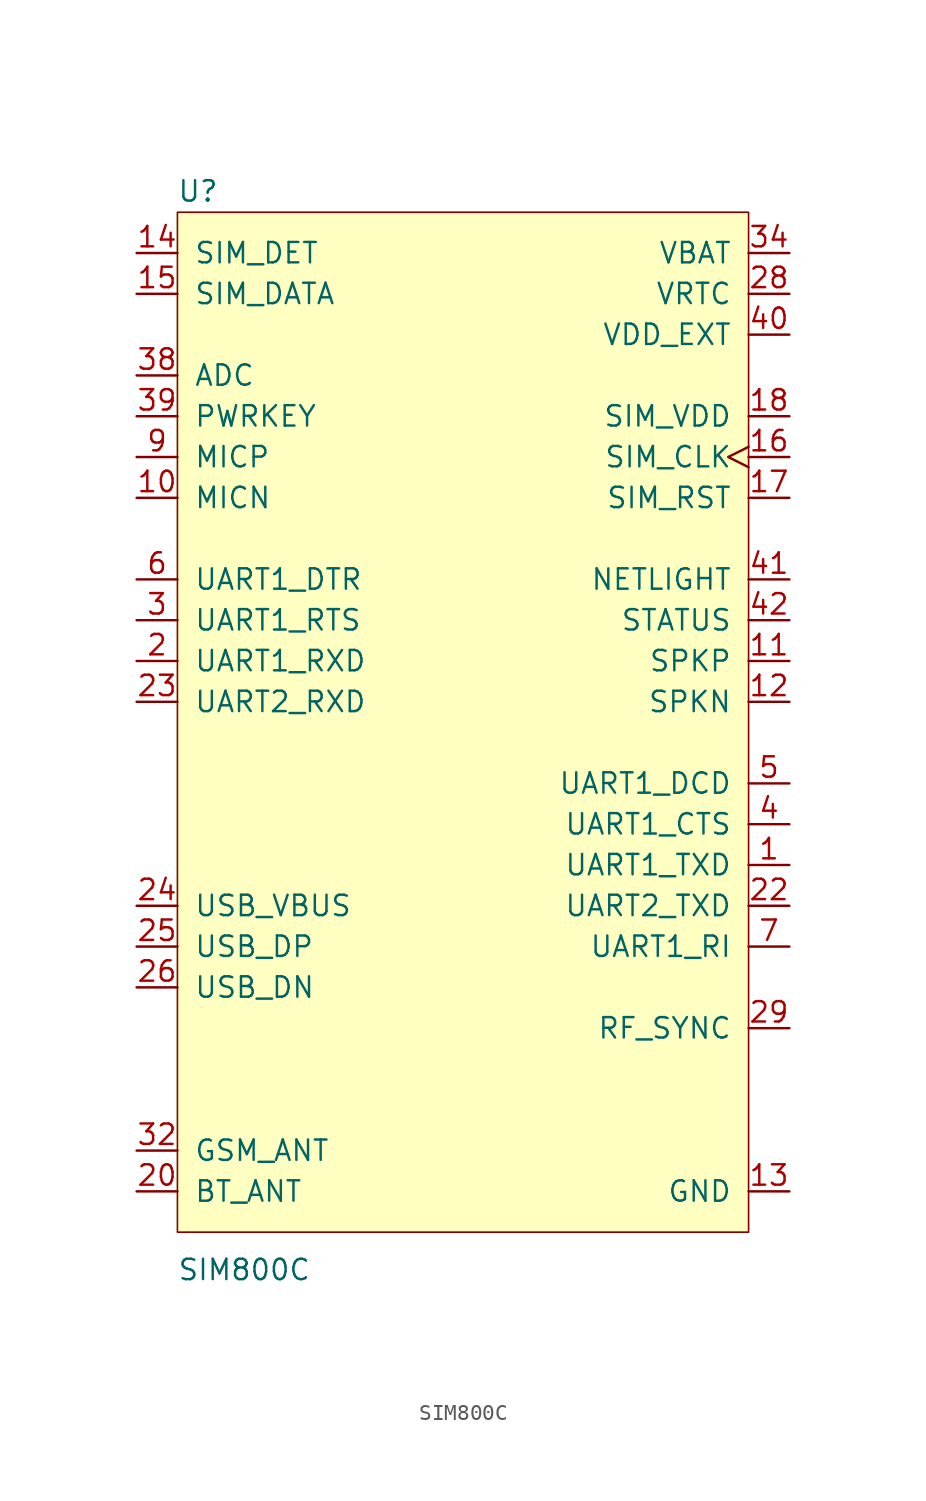
<source format=kicad_sym>
(kicad_symbol_lib
  (version 20220914)
  (generator kicad_symbol_editor)
  (symbol "SIM800C"
    (pin_names
      (offset 1.016))
    (property "Reference" "U"
      (at -17.811 31.042 0)
      (effects (font (size 1.27 1.27)) (justify left bottom)))
    (property "Value" "SIM800C"
      (at -17.799 -36.107 0)
      (effects (font (size 1.27 1.27)) (justify left bottom)))
    (symbol "SIM800C_0_0"
      (rectangle (start -17.78 30.48) (end 17.78 -33.02) (stroke (width 0.1) (type default)) (fill (type background)))
      (pin output line (at 20.32 -10.16 180) (length 2.54) (name "UART1_TXD" (effects (font (size 1.27 1.27)))) (number "1" (effects (font (size 1.27 1.27)))))
      (pin input line (at -20.32 12.7 0) (length 2.54) (name "MICN" (effects (font (size 1.27 1.27)))) (number "10" (effects (font (size 1.27 1.27)))))
      (pin output line (at 20.32 2.54 180) (length 2.54) (name "SPKP" (effects (font (size 1.27 1.27)))) (number "11" (effects (font (size 1.27 1.27)))))
      (pin output line (at 20.32 0 180) (length 2.54) (name "SPKN" (effects (font (size 1.27 1.27)))) (number "12" (effects (font (size 1.27 1.27)))))
      (pin power_in line (at 20.32 -30.48 180) (length 2.54) (name "GND" (effects (font (size 1.27 1.27)))) (number "13" (effects (font (size 1.27 1.27)))))
      (pin input line (at -20.32 27.94 0) (length 2.54) (name "SIM_DET" (effects (font (size 1.27 1.27)))) (number "14" (effects (font (size 1.27 1.27)))))
      (pin bidirectional line (at -20.32 25.4 0) (length 2.54) (name "SIM_DATA" (effects (font (size 1.27 1.27)))) (number "15" (effects (font (size 1.27 1.27)))))
      (pin output clock (at 20.32 15.24 180) (length 2.54) (name "SIM_CLK" (effects (font (size 1.27 1.27)))) (number "16" (effects (font (size 1.27 1.27)))))
      (pin output line (at 20.32 12.7 180) (length 2.54) (name "SIM_RST" (effects (font (size 1.27 1.27)))) (number "17" (effects (font (size 1.27 1.27)))))
      (pin output line (at 20.32 17.78 180) (length 2.54) (name "SIM_VDD" (effects (font (size 1.27 1.27)))) (number "18" (effects (font (size 1.27 1.27)))))
      (pin power_in line (at 20.32 -30.48 180) (length 2.54) hide (name "GND" (effects (font (size 1.27 1.27)))) (number "19" (effects (font (size 1.27 1.27)))))
      (pin input line (at -20.32 2.54 0) (length 2.54) (name "UART1_RXD" (effects (font (size 1.27 1.27)))) (number "2" (effects (font (size 1.27 1.27)))))
      (pin bidirectional line (at -20.32 -30.48 0) (length 2.54) (name "BT_ANT" (effects (font (size 1.27 1.27)))) (number "20" (effects (font (size 1.27 1.27)))))
      (pin power_in line (at 20.32 -30.48 180) (length 2.54) hide (name "GND" (effects (font (size 1.27 1.27)))) (number "21" (effects (font (size 1.27 1.27)))))
      (pin output line (at 20.32 -12.7 180) (length 2.54) (name "UART2_TXD" (effects (font (size 1.27 1.27)))) (number "22" (effects (font (size 1.27 1.27)))))
      (pin input line (at -20.32 0 0) (length 2.54) (name "UART2_RXD" (effects (font (size 1.27 1.27)))) (number "23" (effects (font (size 1.27 1.27)))))
      (pin input line (at -20.32 -12.7 0) (length 2.54) (name "USB_VBUS" (effects (font (size 1.27 1.27)))) (number "24" (effects (font (size 1.27 1.27)))))
      (pin bidirectional line (at -20.32 -15.24 0) (length 2.54) (name "USB_DP" (effects (font (size 1.27 1.27)))) (number "25" (effects (font (size 1.27 1.27)))))
      (pin bidirectional line (at -20.32 -17.78 0) (length 2.54) (name "USB_DN" (effects (font (size 1.27 1.27)))) (number "26" (effects (font (size 1.27 1.27)))))
      (pin power_in line (at 20.32 -30.48 180) (length 2.54) hide (name "GND" (effects (font (size 1.27 1.27)))) (number "27" (effects (font (size 1.27 1.27)))))
      (pin power_in line (at 20.32 25.4 180) (length 2.54) (name "VRTC" (effects (font (size 1.27 1.27)))) (number "28" (effects (font (size 1.27 1.27)))))
      (pin output line (at 20.32 -20.32 180) (length 2.54) (name "RF_SYNC" (effects (font (size 1.27 1.27)))) (number "29" (effects (font (size 1.27 1.27)))))
      (pin input line (at -20.32 5.08 0) (length 2.54) (name "UART1_RTS" (effects (font (size 1.27 1.27)))) (number "3" (effects (font (size 1.27 1.27)))))
      (pin power_in line (at 20.32 -30.48 180) (length 2.54) hide (name "GND" (effects (font (size 1.27 1.27)))) (number "30" (effects (font (size 1.27 1.27)))))
      (pin power_in line (at 20.32 -30.48 180) (length 2.54) hide (name "GND" (effects (font (size 1.27 1.27)))) (number "31" (effects (font (size 1.27 1.27)))))
      (pin bidirectional line (at -20.32 -27.94 0) (length 2.54) (name "GSM_ANT" (effects (font (size 1.27 1.27)))) (number "32" (effects (font (size 1.27 1.27)))))
      (pin power_in line (at 20.32 -30.48 180) (length 2.54) hide (name "GND" (effects (font (size 1.27 1.27)))) (number "33" (effects (font (size 1.27 1.27)))))
      (pin power_in line (at 20.32 27.94 180) (length 2.54) (name "VBAT" (effects (font (size 1.27 1.27)))) (number "34" (effects (font (size 1.27 1.27)))))
      (pin power_in line (at 20.32 27.94 180) (length 2.54) hide (name "VBAT" (effects (font (size 1.27 1.27)))) (number "35" (effects (font (size 1.27 1.27)))))
      (pin power_in line (at 20.32 -30.48 180) (length 2.54) hide (name "GND" (effects (font (size 1.27 1.27)))) (number "36" (effects (font (size 1.27 1.27)))))
      (pin power_in line (at 20.32 -30.48 180) (length 2.54) hide (name "GND" (effects (font (size 1.27 1.27)))) (number "37" (effects (font (size 1.27 1.27)))))
      (pin input line (at -20.32 20.32 0) (length 2.54) (name "ADC" (effects (font (size 1.27 1.27)))) (number "38" (effects (font (size 1.27 1.27)))))
      (pin input line (at -20.32 17.78 0) (length 2.54) (name "PWRKEY" (effects (font (size 1.27 1.27)))) (number "39" (effects (font (size 1.27 1.27)))))
      (pin output line (at 20.32 -7.62 180) (length 2.54) (name "UART1_CTS" (effects (font (size 1.27 1.27)))) (number "4" (effects (font (size 1.27 1.27)))))
      (pin power_in line (at 20.32 22.86 180) (length 2.54) (name "VDD_EXT" (effects (font (size 1.27 1.27)))) (number "40" (effects (font (size 1.27 1.27)))))
      (pin output line (at 20.32 7.62 180) (length 2.54) (name "NETLIGHT" (effects (font (size 1.27 1.27)))) (number "41" (effects (font (size 1.27 1.27)))))
      (pin output line (at 20.32 5.08 180) (length 2.54) (name "STATUS" (effects (font (size 1.27 1.27)))) (number "42" (effects (font (size 1.27 1.27)))))
      (pin output line (at 20.32 -5.08 180) (length 2.54) (name "UART1_DCD" (effects (font (size 1.27 1.27)))) (number "5" (effects (font (size 1.27 1.27)))))
      (pin input line (at -20.32 7.62 0) (length 2.54) (name "UART1_DTR" (effects (font (size 1.27 1.27)))) (number "6" (effects (font (size 1.27 1.27)))))
      (pin output line (at 20.32 -15.24 180) (length 2.54) (name "UART1_RI" (effects (font (size 1.27 1.27)))) (number "7" (effects (font (size 1.27 1.27)))))
      (pin power_in line (at 20.32 -30.48 180) (length 2.54) hide (name "GND" (effects (font (size 1.27 1.27)))) (number "8" (effects (font (size 1.27 1.27)))))
      (pin input line (at -20.32 15.24 0) (length 2.54) (name "MICP" (effects (font (size 1.27 1.27)))) (number "9" (effects (font (size 1.27 1.27))))))))
</source>
